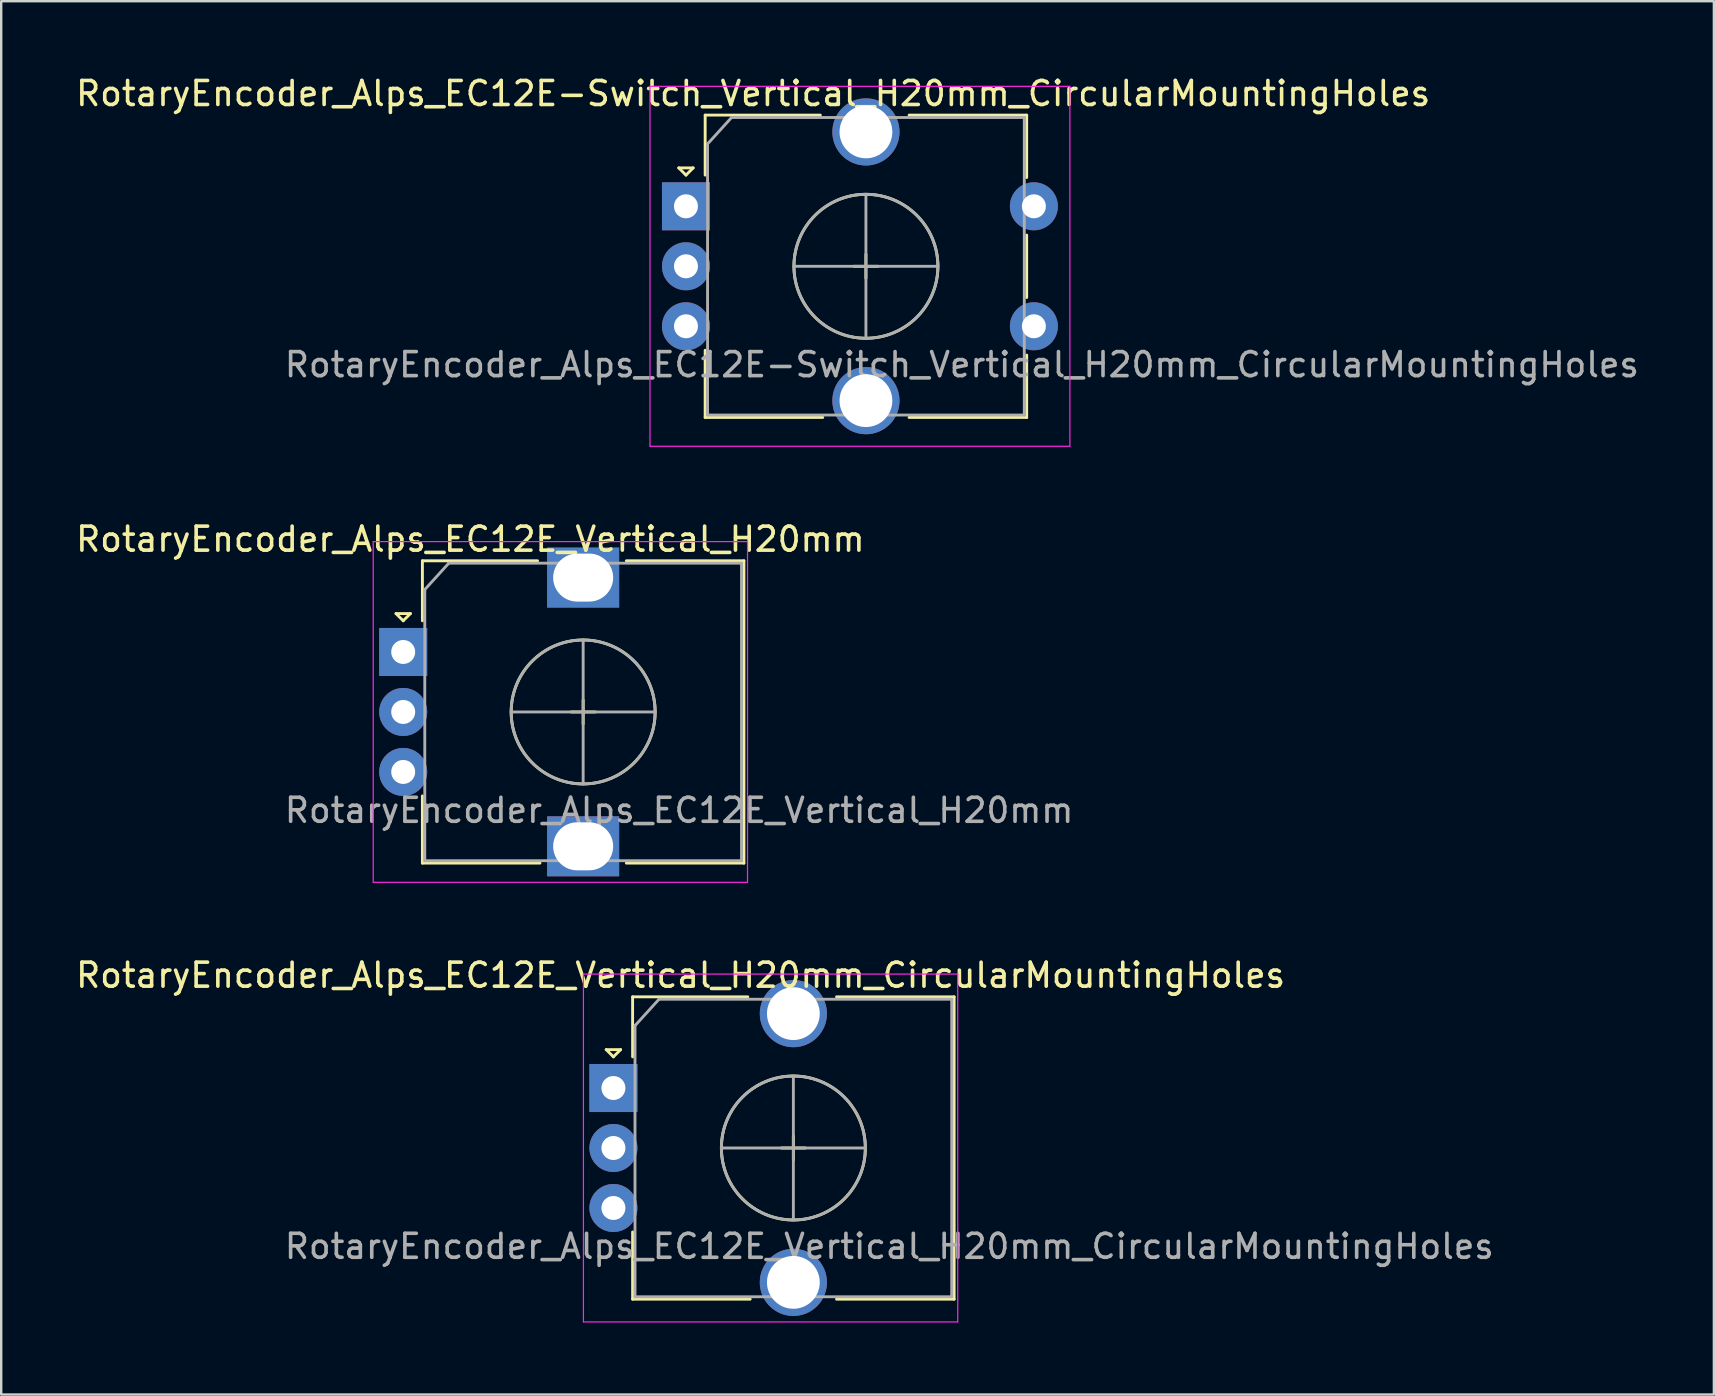
<source format=kicad_pcb>
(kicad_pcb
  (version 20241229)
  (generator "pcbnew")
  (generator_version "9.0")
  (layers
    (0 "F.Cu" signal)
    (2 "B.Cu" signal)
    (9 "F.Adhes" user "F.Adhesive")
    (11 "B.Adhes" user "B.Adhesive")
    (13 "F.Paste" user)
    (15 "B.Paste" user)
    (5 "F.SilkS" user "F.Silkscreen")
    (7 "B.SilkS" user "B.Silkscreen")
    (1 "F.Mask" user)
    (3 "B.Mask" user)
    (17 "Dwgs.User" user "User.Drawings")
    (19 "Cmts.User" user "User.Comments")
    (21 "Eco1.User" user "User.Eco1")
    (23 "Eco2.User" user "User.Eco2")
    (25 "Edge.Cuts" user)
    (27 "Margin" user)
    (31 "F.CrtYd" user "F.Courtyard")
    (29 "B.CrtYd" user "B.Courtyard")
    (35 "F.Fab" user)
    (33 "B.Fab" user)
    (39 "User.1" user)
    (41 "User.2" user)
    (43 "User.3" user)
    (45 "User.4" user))
  (footprint "RotaryEncoder_Alps_EC12E_Vertical_H20mm_CircularMountingHoles"
    (layer "F.Cu")
    (at 22.515 42.295)
    (property "Reference" "RotaryEncoder_Alps_EC12E_Vertical_H20mm_CircularMountingHoles" (at 2.8 -4.7 0) (layer "F.SilkS") (effects (font (size 1 1) (thickness 0.15))))
    (attr through_hole)
    (fp_line (start -0.3 -1.6) (end 0.3 -1.6) (stroke (width 0.12) (type solid)) (layer "F.SilkS"))
    (fp_line (start 0 -1.3) (end -0.3 -1.6) (stroke (width 0.12) (type solid)) (layer "F.SilkS"))
    (fp_line (start 0.3 -1.6) (end 0 -1.3) (stroke (width 0.12) (type solid)) (layer "F.SilkS"))
    (fp_line (start 0.8 -3.8) (end 0.8 -1.3) (stroke (width 0.12) (type solid)) (layer "F.SilkS"))
    (fp_line (start 0.8 8.8) (end 0.8 6) (stroke (width 0.12) (type solid)) (layer "F.SilkS"))
    (fp_line (start 5.6 -3.8) (end 0.8 -3.8) (stroke (width 0.12) (type solid)) (layer "F.SilkS"))
    (fp_line (start 5.7 8.8) (end 0.8 8.8) (stroke (width 0.12) (type solid)) (layer "F.SilkS"))
    (fp_line (start 7 2.5) (end 8 2.5) (stroke (width 0.12) (type solid)) (layer "F.SilkS"))
    (fp_line (start 7.5 2) (end 7.5 3) (stroke (width 0.12) (type solid)) (layer "F.SilkS"))
    (fp_line (start 9.3 -3.8) (end 14.2 -3.8) (stroke (width 0.12) (type solid)) (layer "F.SilkS"))
    (fp_line (start 14.2 -3.8) (end 14.2 8.8) (stroke (width 0.12) (type solid)) (layer "F.SilkS"))
    (fp_line (start 14.2 8.8) (end 9.3 8.8) (stroke (width 0.12) (type solid)) (layer "F.SilkS"))
    (fp_circle (center 7.5 2.5) (end 10.5 2.5) (stroke (width 0.12) (type solid)) (fill no) (layer "F.SilkS"))
    (fp_line (start -1.25 -4.75) (end -1.25 9.75) (stroke (width 0.05) (type solid)) (layer "F.CrtYd"))
    (fp_line (start -1.25 -4.75) (end 14.35 -4.75) (stroke (width 0.05) (type solid)) (layer "F.CrtYd"))
    (fp_line (start 14.35 9.75) (end -1.25 9.75) (stroke (width 0.05) (type solid)) (layer "F.CrtYd"))
    (fp_line (start 14.35 9.75) (end 14.35 -4.75) (stroke (width 0.05) (type solid)) (layer "F.CrtYd"))
    (fp_line (start 0.9 -2.6) (end 1.9 -3.7) (stroke (width 0.12) (type solid)) (layer "F.Fab"))
    (fp_line (start 0.9 8.7) (end 0.9 -2.6) (stroke (width 0.12) (type solid)) (layer "F.Fab"))
    (fp_line (start 1.9 -3.7) (end 14.1 -3.7) (stroke (width 0.12) (type solid)) (layer "F.Fab"))
    (fp_line (start 4.5 2.5) (end 10.5 2.5) (stroke (width 0.12) (type solid)) (layer "F.Fab"))
    (fp_line (start 7.5 -0.5) (end 7.5 5.5) (stroke (width 0.12) (type solid)) (layer "F.Fab"))
    (fp_line (start 14.1 -3.7) (end 14.1 8.7) (stroke (width 0.12) (type solid)) (layer "F.Fab"))
    (fp_line (start 14.1 8.7) (end 0.9 8.7) (stroke (width 0.12) (type solid)) (layer "F.Fab"))
    (fp_circle (center 7.5 2.5) (end 10.5 2.5) (stroke (width 0.12) (type solid)) (fill no) (layer "F.Fab"))
    (fp_text user "${REFERENCE}" (at 11.5 6.6 0) (layer "F.Fab") (effects (font (size 1 1) (thickness 0.15))))
    (pad "A" thru_hole rect (at 0 0) (size 2 2) (drill 1) (layers "*.Cu" "*.Mask"))
    (pad "B" thru_hole circle (at 0 5) (size 2 2) (drill 1) (layers "*.Cu" "*.Mask"))
    (pad "C" thru_hole circle (at 0 2.5) (size 2 2) (drill 1) (layers "*.Cu" "*.Mask"))
    (pad "MP" thru_hole circle (at 7.5 -3.1) (size 2.8 2.8) (drill 2.2) (layers "*.Cu" "*.Mask"))
    (pad "MP" thru_hole circle (at 7.5 8.1) (size 2.8 2.8) (drill 2.2) (layers "*.Cu" "*.Mask")))
  (footprint "RotaryEncoder_Alps_EC12E_Vertical_H20mm"
    (layer "F.Cu")
    (at 13.754 24.122)
    (property "Reference" "RotaryEncoder_Alps_EC12E_Vertical_H20mm" (at 2.8 -4.7 0) (layer "F.SilkS") (effects (font (size 1 1) (thickness 0.15))))
    (attr through_hole)
    (fp_line (start -0.3 -1.6) (end 0.3 -1.6) (stroke (width 0.12) (type solid)) (layer "F.SilkS"))
    (fp_line (start 0 -1.3) (end -0.3 -1.6) (stroke (width 0.12) (type solid)) (layer "F.SilkS"))
    (fp_line (start 0.3 -1.6) (end 0 -1.3) (stroke (width 0.12) (type solid)) (layer "F.SilkS"))
    (fp_line (start 0.8 -3.8) (end 0.8 -1.3) (stroke (width 0.12) (type solid)) (layer "F.SilkS"))
    (fp_line (start 0.8 8.8) (end 0.8 6) (stroke (width 0.12) (type solid)) (layer "F.SilkS"))
    (fp_line (start 5.6 -3.8) (end 0.8 -3.8) (stroke (width 0.12) (type solid)) (layer "F.SilkS"))
    (fp_line (start 5.7 8.8) (end 0.8 8.8) (stroke (width 0.12) (type solid)) (layer "F.SilkS"))
    (fp_line (start 7 2.5) (end 8 2.5) (stroke (width 0.12) (type solid)) (layer "F.SilkS"))
    (fp_line (start 7.5 2) (end 7.5 3) (stroke (width 0.12) (type solid)) (layer "F.SilkS"))
    (fp_line (start 9.3 -3.8) (end 14.2 -3.8) (stroke (width 0.12) (type solid)) (layer "F.SilkS"))
    (fp_line (start 14.2 -3.8) (end 14.2 8.8) (stroke (width 0.12) (type solid)) (layer "F.SilkS"))
    (fp_line (start 14.2 8.8) (end 9.3 8.8) (stroke (width 0.12) (type solid)) (layer "F.SilkS"))
    (fp_circle (center 7.5 2.5) (end 10.5 2.5) (stroke (width 0.12) (type solid)) (fill no) (layer "F.SilkS"))
    (fp_line (start -1.25 -4.6) (end -1.25 9.6) (stroke (width 0.05) (type solid)) (layer "F.CrtYd"))
    (fp_line (start -1.25 -4.6) (end 14.35 -4.6) (stroke (width 0.05) (type solid)) (layer "F.CrtYd"))
    (fp_line (start 14.35 9.6) (end -1.25 9.6) (stroke (width 0.05) (type solid)) (layer "F.CrtYd"))
    (fp_line (start 14.35 9.6) (end 14.35 -4.6) (stroke (width 0.05) (type solid)) (layer "F.CrtYd"))
    (fp_line (start 0.9 -2.6) (end 1.9 -3.7) (stroke (width 0.12) (type solid)) (layer "F.Fab"))
    (fp_line (start 0.9 8.7) (end 0.9 -2.6) (stroke (width 0.12) (type solid)) (layer "F.Fab"))
    (fp_line (start 1.9 -3.7) (end 14.1 -3.7) (stroke (width 0.12) (type solid)) (layer "F.Fab"))
    (fp_line (start 4.5 2.5) (end 10.5 2.5) (stroke (width 0.12) (type solid)) (layer "F.Fab"))
    (fp_line (start 7.5 -0.5) (end 7.5 5.5) (stroke (width 0.12) (type solid)) (layer "F.Fab"))
    (fp_line (start 14.1 -3.7) (end 14.1 8.7) (stroke (width 0.12) (type solid)) (layer "F.Fab"))
    (fp_line (start 14.1 8.7) (end 0.9 8.7) (stroke (width 0.12) (type solid)) (layer "F.Fab"))
    (fp_circle (center 7.5 2.5) (end 10.5 2.5) (stroke (width 0.12) (type solid)) (fill no) (layer "F.Fab"))
    (fp_text user "${REFERENCE}" (at 11.5 6.6 0) (layer "F.Fab") (effects (font (size 1 1) (thickness 0.15))))
    (pad "A" thru_hole rect (at 0 0) (size 2 2) (drill 1) (layers "*.Cu" "*.Mask"))
    (pad "B" thru_hole circle (at 0 5) (size 2 2) (drill 1) (layers "*.Cu" "*.Mask"))
    (pad "C" thru_hole circle (at 0 2.5) (size 2 2) (drill 1) (layers "*.Cu" "*.Mask"))
    (pad "MP" thru_hole rect (at 7.5 -3.1) (size 3 2.5) (drill oval 2.5 2) (layers "*.Cu" "*.Mask"))
    (pad "MP" thru_hole rect (at 7.5 8.1) (size 3 2.5) (drill oval 2.5 2) (layers "*.Cu" "*.Mask")))
  (footprint "RotaryEncoder_Alps_EC12E-Switch_Vertical_H20mm_CircularMountingHoles"
    (layer "F.Cu")
    (at 25.539 5.548)
    (property "Reference" "RotaryEncoder_Alps_EC12E-Switch_Vertical_H20mm_CircularMountingHoles" (at 2.8 -4.7 0) (layer "F.SilkS") (effects (font (size 1 1) (thickness 0.15))))
    (attr through_hole)
    (fp_line (start -0.3 -1.6) (end 0.3 -1.6) (stroke (width 0.12) (type solid)) (layer "F.SilkS"))
    (fp_line (start 0 -1.3) (end -0.3 -1.6) (stroke (width 0.12) (type solid)) (layer "F.SilkS"))
    (fp_line (start 0.3 -1.6) (end 0 -1.3) (stroke (width 0.12) (type solid)) (layer "F.SilkS"))
    (fp_line (start 0.8 -3.8) (end 0.8 -1.3) (stroke (width 0.12) (type solid)) (layer "F.SilkS"))
    (fp_line (start 0.8 8.8) (end 0.8 6) (stroke (width 0.12) (type solid)) (layer "F.SilkS"))
    (fp_line (start 5.6 -3.8) (end 0.8 -3.8) (stroke (width 0.12) (type solid)) (layer "F.SilkS"))
    (fp_line (start 5.7 8.8) (end 0.8 8.8) (stroke (width 0.12) (type solid)) (layer "F.SilkS"))
    (fp_line (start 7 2.5) (end 8 2.5) (stroke (width 0.12) (type solid)) (layer "F.SilkS"))
    (fp_line (start 7.5 2) (end 7.5 3) (stroke (width 0.12) (type solid)) (layer "F.SilkS"))
    (fp_line (start 9.3 -3.8) (end 14.2 -3.8) (stroke (width 0.12) (type solid)) (layer "F.SilkS"))
    (fp_line (start 14.2 -3.8) (end 14.2 -1.2) (stroke (width 0.12) (type solid)) (layer "F.SilkS"))
    (fp_line (start 14.2 1.2) (end 14.2 3.8) (stroke (width 0.12) (type solid)) (layer "F.SilkS"))
    (fp_line (start 14.2 6.2) (end 14.2 8.8) (stroke (width 0.12) (type solid)) (layer "F.SilkS"))
    (fp_line (start 14.2 8.8) (end 9.3 8.8) (stroke (width 0.12) (type solid)) (layer "F.SilkS"))
    (fp_circle (center 7.5 2.5) (end 10.5 2.5) (stroke (width 0.12) (type solid)) (fill no) (layer "F.SilkS"))
    (fp_line (start -1.5 -5) (end -1.5 10) (stroke (width 0.05) (type solid)) (layer "F.CrtYd"))
    (fp_line (start -1.5 -5) (end 16 -5) (stroke (width 0.05) (type solid)) (layer "F.CrtYd"))
    (fp_line (start 16 10) (end -1.5 10) (stroke (width 0.05) (type solid)) (layer "F.CrtYd"))
    (fp_line (start 16 10) (end 16 -5) (stroke (width 0.05) (type solid)) (layer "F.CrtYd"))
    (fp_line (start 0.9 -2.6) (end 1.9 -3.7) (stroke (width 0.12) (type solid)) (layer "F.Fab"))
    (fp_line (start 0.9 8.7) (end 0.9 -2.6) (stroke (width 0.12) (type solid)) (layer "F.Fab"))
    (fp_line (start 1.9 -3.7) (end 14.1 -3.7) (stroke (width 0.12) (type solid)) (layer "F.Fab"))
    (fp_line (start 4.5 2.5) (end 10.5 2.5) (stroke (width 0.12) (type solid)) (layer "F.Fab"))
    (fp_line (start 7.5 -0.5) (end 7.5 5.5) (stroke (width 0.12) (type solid)) (layer "F.Fab"))
    (fp_line (start 14.1 -3.7) (end 14.1 8.7) (stroke (width 0.12) (type solid)) (layer "F.Fab"))
    (fp_line (start 14.1 8.7) (end 0.9 8.7) (stroke (width 0.12) (type solid)) (layer "F.Fab"))
    (fp_circle (center 7.5 2.5) (end 10.5 2.5) (stroke (width 0.12) (type solid)) (fill no) (layer "F.Fab"))
    (fp_text user "${REFERENCE}" (at 11.5 6.6 0) (layer "F.Fab") (effects (font (size 1 1) (thickness 0.15))))
    (pad "A" thru_hole rect (at 0 0) (size 2 2) (drill 1) (layers "*.Cu" "*.Mask"))
    (pad "B" thru_hole circle (at 0 5) (size 2 2) (drill 1) (layers "*.Cu" "*.Mask"))
    (pad "C" thru_hole circle (at 0 2.5) (size 2 2) (drill 1) (layers "*.Cu" "*.Mask"))
    (pad "MP" thru_hole circle (at 7.5 -3.1) (size 2.8 2.8) (drill 2.2) (layers "*.Cu" "*.Mask"))
    (pad "MP" thru_hole circle (at 7.5 8.1) (size 2.8 2.8) (drill 2.2) (layers "*.Cu" "*.Mask"))
    (pad "S1" thru_hole circle (at 14.5 0) (size 2 2) (drill 1) (layers "*.Cu" "*.Mask"))
    (pad "S2" thru_hole circle (at 14.5 5) (size 2 2) (drill 1) (layers "*.Cu" "*.Mask")))
  (gr_rect
    (start -3 -3)
    (end 68.379 55.07)
    (stroke (width 0.1) (type default))
    (fill no)
    (layer "Edge.Cuts")))
</source>
